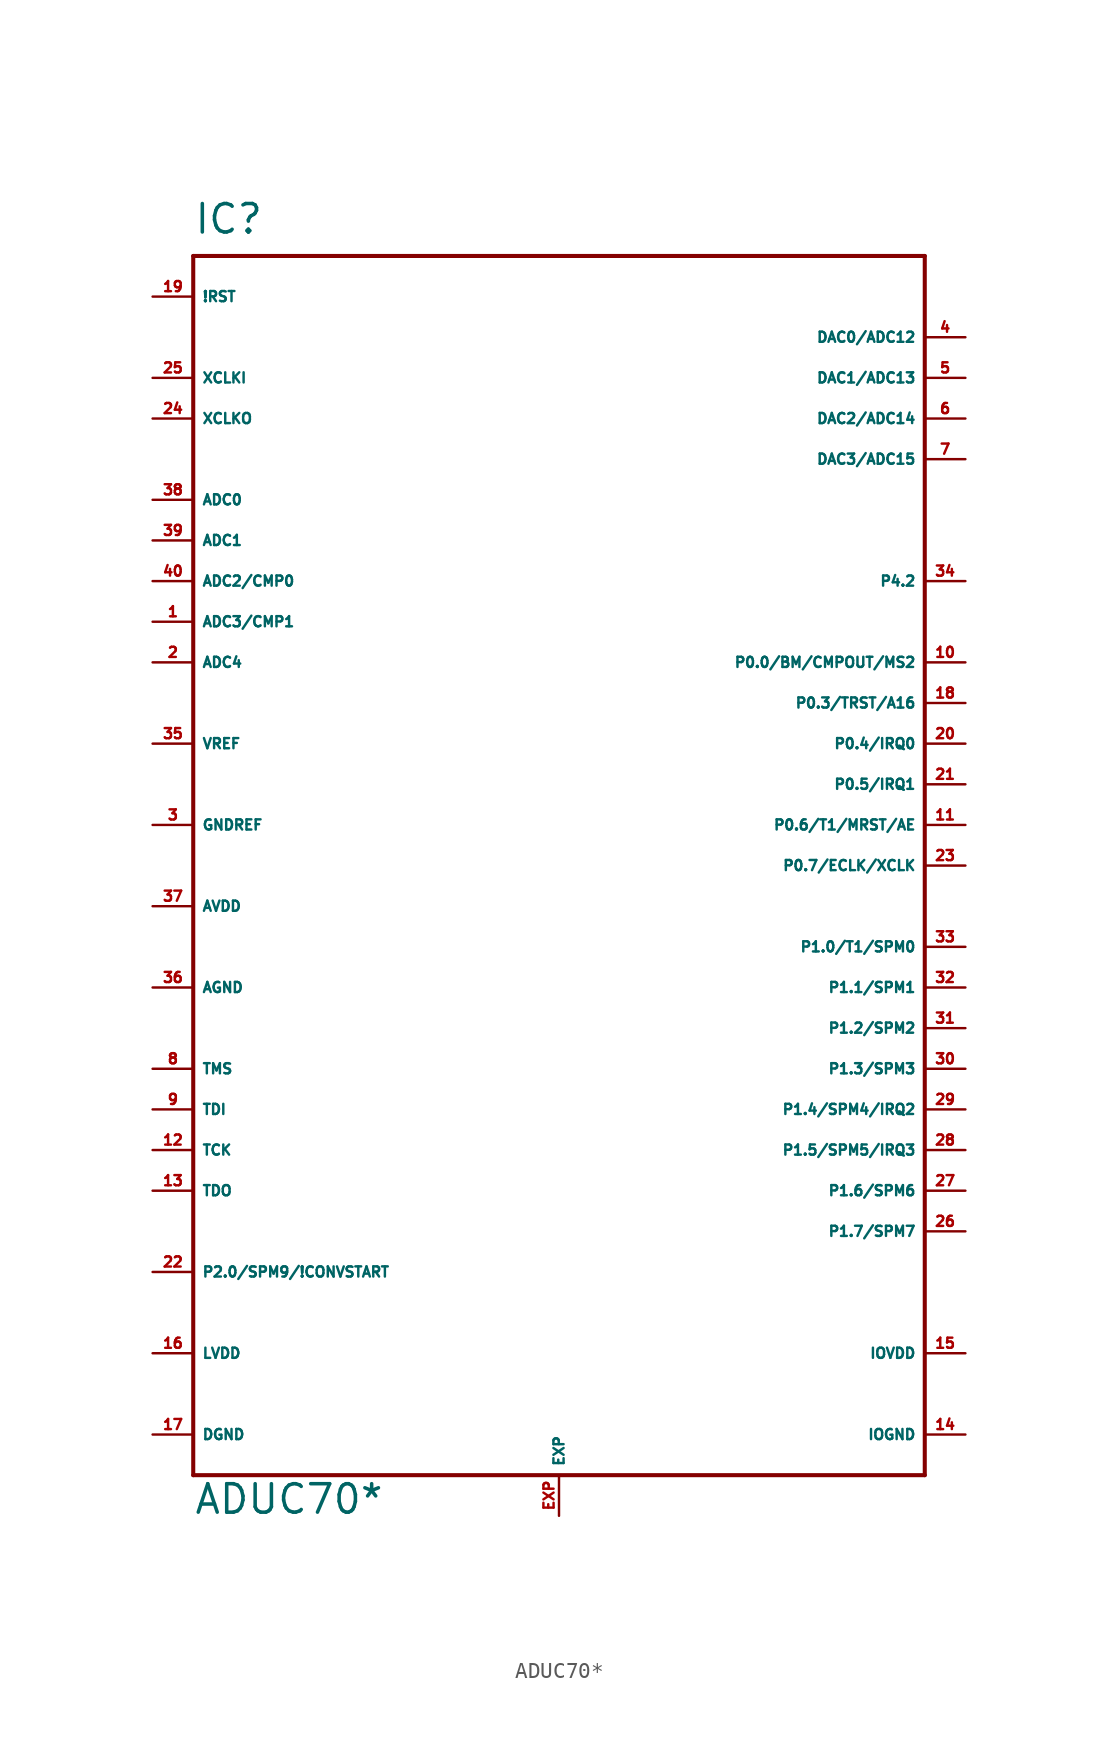
<source format=kicad_sym>
(kicad_symbol_lib
  (version 20220914)
  (generator Eagle2Kicad)
  (symbol "ADUC70*"
    (property "Reference" "IC"
      (at -22.86 39.37 0)
      (effects (font (size 1.778 1.778) (thickness 0.22)) (justify left bottom)))
    (property "Value" "ADUC70*"
      (at -22.86 -40.64 0)
      (effects (font (size 1.778 1.778) (thickness 0.22)) (justify left bottom)))
    (polyline
      (pts (xy -22.86 38.1) (xy 22.86 38.1))
      (stroke (width 0.254) (type default))
      (fill (type none)))
    (polyline
      (pts (xy 22.86 38.1) (xy 22.86 -38.1))
      (stroke (width 0.254) (type default))
      (fill (type none)))
    (polyline
      (pts (xy 22.86 -38.1) (xy -22.86 -38.1))
      (stroke (width 0.254) (type default))
      (fill (type none)))
    (polyline
      (pts (xy -22.86 -38.1) (xy -22.86 38.1))
      (stroke (width 0.254) (type default))
      (fill (type none)))
    (pin input line
      (at -25.4 22.86 0)
      (length 2.54)
      (name "ADC0" (effects (font (size 0.635 0.635) (thickness 0.08)) (justify left bottom)))
      (number "38" (effects (font (size 0.635 0.635) (thickness 0.08)) (justify left bottom))))
    (pin input line
      (at -25.4 20.32 0)
      (length 2.54)
      (name "ADC1" (effects (font (size 0.635 0.635) (thickness 0.08)) (justify left bottom)))
      (number "39" (effects (font (size 0.635 0.635) (thickness 0.08)) (justify left bottom))))
    (pin input line
      (at -25.4 17.78 0)
      (length 2.54)
      (name "ADC2/CMP0" (effects (font (size 0.635 0.635) (thickness 0.08)) (justify left bottom)))
      (number "40" (effects (font (size 0.635 0.635) (thickness 0.08)) (justify left bottom))))
    (pin input line
      (at -25.4 15.24 0)
      (length 2.54)
      (name "ADC3/CMP1" (effects (font (size 0.635 0.635) (thickness 0.08)) (justify left bottom)))
      (number "1" (effects (font (size 0.635 0.635) (thickness 0.08)) (justify left bottom))))
    (pin input line
      (at -25.4 12.7 0)
      (length 2.54)
      (name "ADC4" (effects (font (size 0.635 0.635) (thickness 0.08)) (justify left bottom)))
      (number "2" (effects (font (size 0.635 0.635) (thickness 0.08)) (justify left bottom))))
    (pin passive line
      (at -25.4 7.62 0)
      (length 2.54)
      (name "VREF" (effects (font (size 0.635 0.635) (thickness 0.08)) (justify left bottom)))
      (number "35" (effects (font (size 0.635 0.635) (thickness 0.08)) (justify left bottom))))
    (pin input line
      (at -25.4 35.56 0)
      (length 2.54)
      (name "!RST" (effects (font (size 0.635 0.635) (thickness 0.08)) (justify left bottom)))
      (number "19" (effects (font (size 0.635 0.635) (thickness 0.08)) (justify left bottom))))
    (pin input line
      (at -25.4 30.48 0)
      (length 2.54)
      (name "XCLKI" (effects (font (size 0.635 0.635) (thickness 0.08)) (justify left bottom)))
      (number "25" (effects (font (size 0.635 0.635) (thickness 0.08)) (justify left bottom))))
    (pin output line
      (at -25.4 27.94 0)
      (length 2.54)
      (name "XCLKO" (effects (font (size 0.635 0.635) (thickness 0.08)) (justify left bottom)))
      (number "24" (effects (font (size 0.635 0.635) (thickness 0.08)) (justify left bottom))))
    (pin input line
      (at 25.4 33.02 180)
      (length 2.54)
      (name "DAC0/ADC12" (effects (font (size 0.635 0.635) (thickness 0.08)) (justify left bottom)))
      (number "4" (effects (font (size 0.635 0.635) (thickness 0.08)) (justify left bottom))))
    (pin input line
      (at 25.4 30.48 180)
      (length 2.54)
      (name "DAC1/ADC13" (effects (font (size 0.635 0.635) (thickness 0.08)) (justify left bottom)))
      (number "5" (effects (font (size 0.635 0.635) (thickness 0.08)) (justify left bottom))))
    (pin input line
      (at 25.4 27.94 180)
      (length 2.54)
      (name "DAC2/ADC14" (effects (font (size 0.635 0.635) (thickness 0.08)) (justify left bottom)))
      (number "6" (effects (font (size 0.635 0.635) (thickness 0.08)) (justify left bottom))))
    (pin input line
      (at 25.4 25.4 180)
      (length 2.54)
      (name "DAC3/ADC15" (effects (font (size 0.635 0.635) (thickness 0.08)) (justify left bottom)))
      (number "7" (effects (font (size 0.635 0.635) (thickness 0.08)) (justify left bottom))))
    (pin input line
      (at -25.4 2.54 0)
      (length 2.54)
      (name "GNDREF" (effects (font (size 0.635 0.635) (thickness 0.08)) (justify left bottom)))
      (number "3" (effects (font (size 0.635 0.635) (thickness 0.08)) (justify left bottom))))
    (pin unspecified line
      (at -25.4 -7.62 0)
      (length 2.54)
      (name "AGND" (effects (font (size 0.635 0.635) (thickness 0.08)) (justify left bottom)))
      (number "36" (effects (font (size 0.635 0.635) (thickness 0.08)) (justify left bottom))))
    (pin unspecified line
      (at -25.4 -2.54 0)
      (length 2.54)
      (name "AVDD" (effects (font (size 0.635 0.635) (thickness 0.08)) (justify left bottom)))
      (number "37" (effects (font (size 0.635 0.635) (thickness 0.08)) (justify left bottom))))
    (pin unspecified line
      (at 25.4 -35.56 180)
      (length 2.54)
      (name "IOGND" (effects (font (size 0.635 0.635) (thickness 0.08)) (justify left bottom)))
      (number "14" (effects (font (size 0.635 0.635) (thickness 0.08)) (justify left bottom))))
    (pin unspecified line
      (at 25.4 -30.48 180)
      (length 2.54)
      (name "IOVDD" (effects (font (size 0.635 0.635) (thickness 0.08)) (justify left bottom)))
      (number "15" (effects (font (size 0.635 0.635) (thickness 0.08)) (justify left bottom))))
    (pin unspecified line
      (at -25.4 -35.56 0)
      (length 2.54)
      (name "DGND" (effects (font (size 0.635 0.635) (thickness 0.08)) (justify left bottom)))
      (number "17" (effects (font (size 0.635 0.635) (thickness 0.08)) (justify left bottom))))
    (pin output line
      (at -25.4 -30.48 0)
      (length 2.54)
      (name "LVDD" (effects (font (size 0.635 0.635) (thickness 0.08)) (justify left bottom)))
      (number "16" (effects (font (size 0.635 0.635) (thickness 0.08)) (justify left bottom))))
    (pin bidirectional line
      (at 25.4 0 180)
      (length 2.54)
      (name "P0.7/ECLK/XCLK" (effects (font (size 0.635 0.635) (thickness 0.08)) (justify left bottom)))
      (number "23" (effects (font (size 0.635 0.635) (thickness 0.08)) (justify left bottom))))
    (pin bidirectional line
      (at 25.4 7.62 180)
      (length 2.54)
      (name "P0.4/IRQ0" (effects (font (size 0.635 0.635) (thickness 0.08)) (justify left bottom)))
      (number "20" (effects (font (size 0.635 0.635) (thickness 0.08)) (justify left bottom))))
    (pin bidirectional line
      (at 25.4 5.08 180)
      (length 2.54)
      (name "P0.5/IRQ1" (effects (font (size 0.635 0.635) (thickness 0.08)) (justify left bottom)))
      (number "21" (effects (font (size 0.635 0.635) (thickness 0.08)) (justify left bottom))))
    (pin bidirectional line
      (at 25.4 10.16 180)
      (length 2.54)
      (name "P0.3/TRST/A16" (effects (font (size 0.635 0.635) (thickness 0.08)) (justify left bottom)))
      (number "18" (effects (font (size 0.635 0.635) (thickness 0.08)) (justify left bottom))))
    (pin bidirectional line
      (at 25.4 2.54 180)
      (length 2.54)
      (name "P0.6/T1/MRST/AE" (effects (font (size 0.635 0.635) (thickness 0.08)) (justify left bottom)))
      (number "11" (effects (font (size 0.635 0.635) (thickness 0.08)) (justify left bottom))))
    (pin bidirectional line
      (at 25.4 12.7 180)
      (length 2.54)
      (name "P0.0/BM/CMPOUT/MS2" (effects (font (size 0.635 0.635) (thickness 0.08)) (justify left bottom)))
      (number "10" (effects (font (size 0.635 0.635) (thickness 0.08)) (justify left bottom))))
    (pin bidirectional line
      (at -25.4 -25.4 0)
      (length 2.54)
      (name "P2.0/SPM9/!CONVSTART" (effects (font (size 0.635 0.635) (thickness 0.08)) (justify left bottom)))
      (number "22" (effects (font (size 0.635 0.635) (thickness 0.08)) (justify left bottom))))
    (pin bidirectional line
      (at 25.4 -5.08 180)
      (length 2.54)
      (name "P1.0/T1/SPM0" (effects (font (size 0.635 0.635) (thickness 0.08)) (justify left bottom)))
      (number "33" (effects (font (size 0.635 0.635) (thickness 0.08)) (justify left bottom))))
    (pin bidirectional line
      (at 25.4 -7.62 180)
      (length 2.54)
      (name "P1.1/SPM1" (effects (font (size 0.635 0.635) (thickness 0.08)) (justify left bottom)))
      (number "32" (effects (font (size 0.635 0.635) (thickness 0.08)) (justify left bottom))))
    (pin bidirectional line
      (at 25.4 -10.16 180)
      (length 2.54)
      (name "P1.2/SPM2" (effects (font (size 0.635 0.635) (thickness 0.08)) (justify left bottom)))
      (number "31" (effects (font (size 0.635 0.635) (thickness 0.08)) (justify left bottom))))
    (pin bidirectional line
      (at 25.4 -12.7 180)
      (length 2.54)
      (name "P1.3/SPM3" (effects (font (size 0.635 0.635) (thickness 0.08)) (justify left bottom)))
      (number "30" (effects (font (size 0.635 0.635) (thickness 0.08)) (justify left bottom))))
    (pin bidirectional line
      (at 25.4 -15.24 180)
      (length 2.54)
      (name "P1.4/SPM4/IRQ2" (effects (font (size 0.635 0.635) (thickness 0.08)) (justify left bottom)))
      (number "29" (effects (font (size 0.635 0.635) (thickness 0.08)) (justify left bottom))))
    (pin bidirectional line
      (at 25.4 -17.78 180)
      (length 2.54)
      (name "P1.5/SPM5/IRQ3" (effects (font (size 0.635 0.635) (thickness 0.08)) (justify left bottom)))
      (number "28" (effects (font (size 0.635 0.635) (thickness 0.08)) (justify left bottom))))
    (pin bidirectional line
      (at 25.4 -20.32 180)
      (length 2.54)
      (name "P1.6/SPM6" (effects (font (size 0.635 0.635) (thickness 0.08)) (justify left bottom)))
      (number "27" (effects (font (size 0.635 0.635) (thickness 0.08)) (justify left bottom))))
    (pin bidirectional line
      (at 25.4 -22.86 180)
      (length 2.54)
      (name "P1.7/SPM7" (effects (font (size 0.635 0.635) (thickness 0.08)) (justify left bottom)))
      (number "26" (effects (font (size 0.635 0.635) (thickness 0.08)) (justify left bottom))))
    (pin input line
      (at -25.4 -12.7 0)
      (length 2.54)
      (name "TMS" (effects (font (size 0.635 0.635) (thickness 0.08)) (justify left bottom)))
      (number "8" (effects (font (size 0.635 0.635) (thickness 0.08)) (justify left bottom))))
    (pin input line
      (at -25.4 -15.24 0)
      (length 2.54)
      (name "TDI" (effects (font (size 0.635 0.635) (thickness 0.08)) (justify left bottom)))
      (number "9" (effects (font (size 0.635 0.635) (thickness 0.08)) (justify left bottom))))
    (pin input line
      (at -25.4 -17.78 0)
      (length 2.54)
      (name "TCK" (effects (font (size 0.635 0.635) (thickness 0.08)) (justify left bottom)))
      (number "12" (effects (font (size 0.635 0.635) (thickness 0.08)) (justify left bottom))))
    (pin output line
      (at -25.4 -20.32 0)
      (length 2.54)
      (name "TDO" (effects (font (size 0.635 0.635) (thickness 0.08)) (justify left bottom)))
      (number "13" (effects (font (size 0.635 0.635) (thickness 0.08)) (justify left bottom))))
    (pin bidirectional line
      (at 25.4 17.78 180)
      (length 2.54)
      (name "P4.2" (effects (font (size 0.635 0.635) (thickness 0.08)) (justify left bottom)))
      (number "34" (effects (font (size 0.635 0.635) (thickness 0.08)) (justify left bottom))))
    (pin passive line
      (at 0 -40.64 90)
      (length 2.54)
      (name "EXP" (effects (font (size 0.635 0.635) (thickness 0.08)) (justify left bottom)))
      (number "EXP" (effects (font (size 0.635 0.635) (thickness 0.08)) (justify left bottom))))))
</source>
